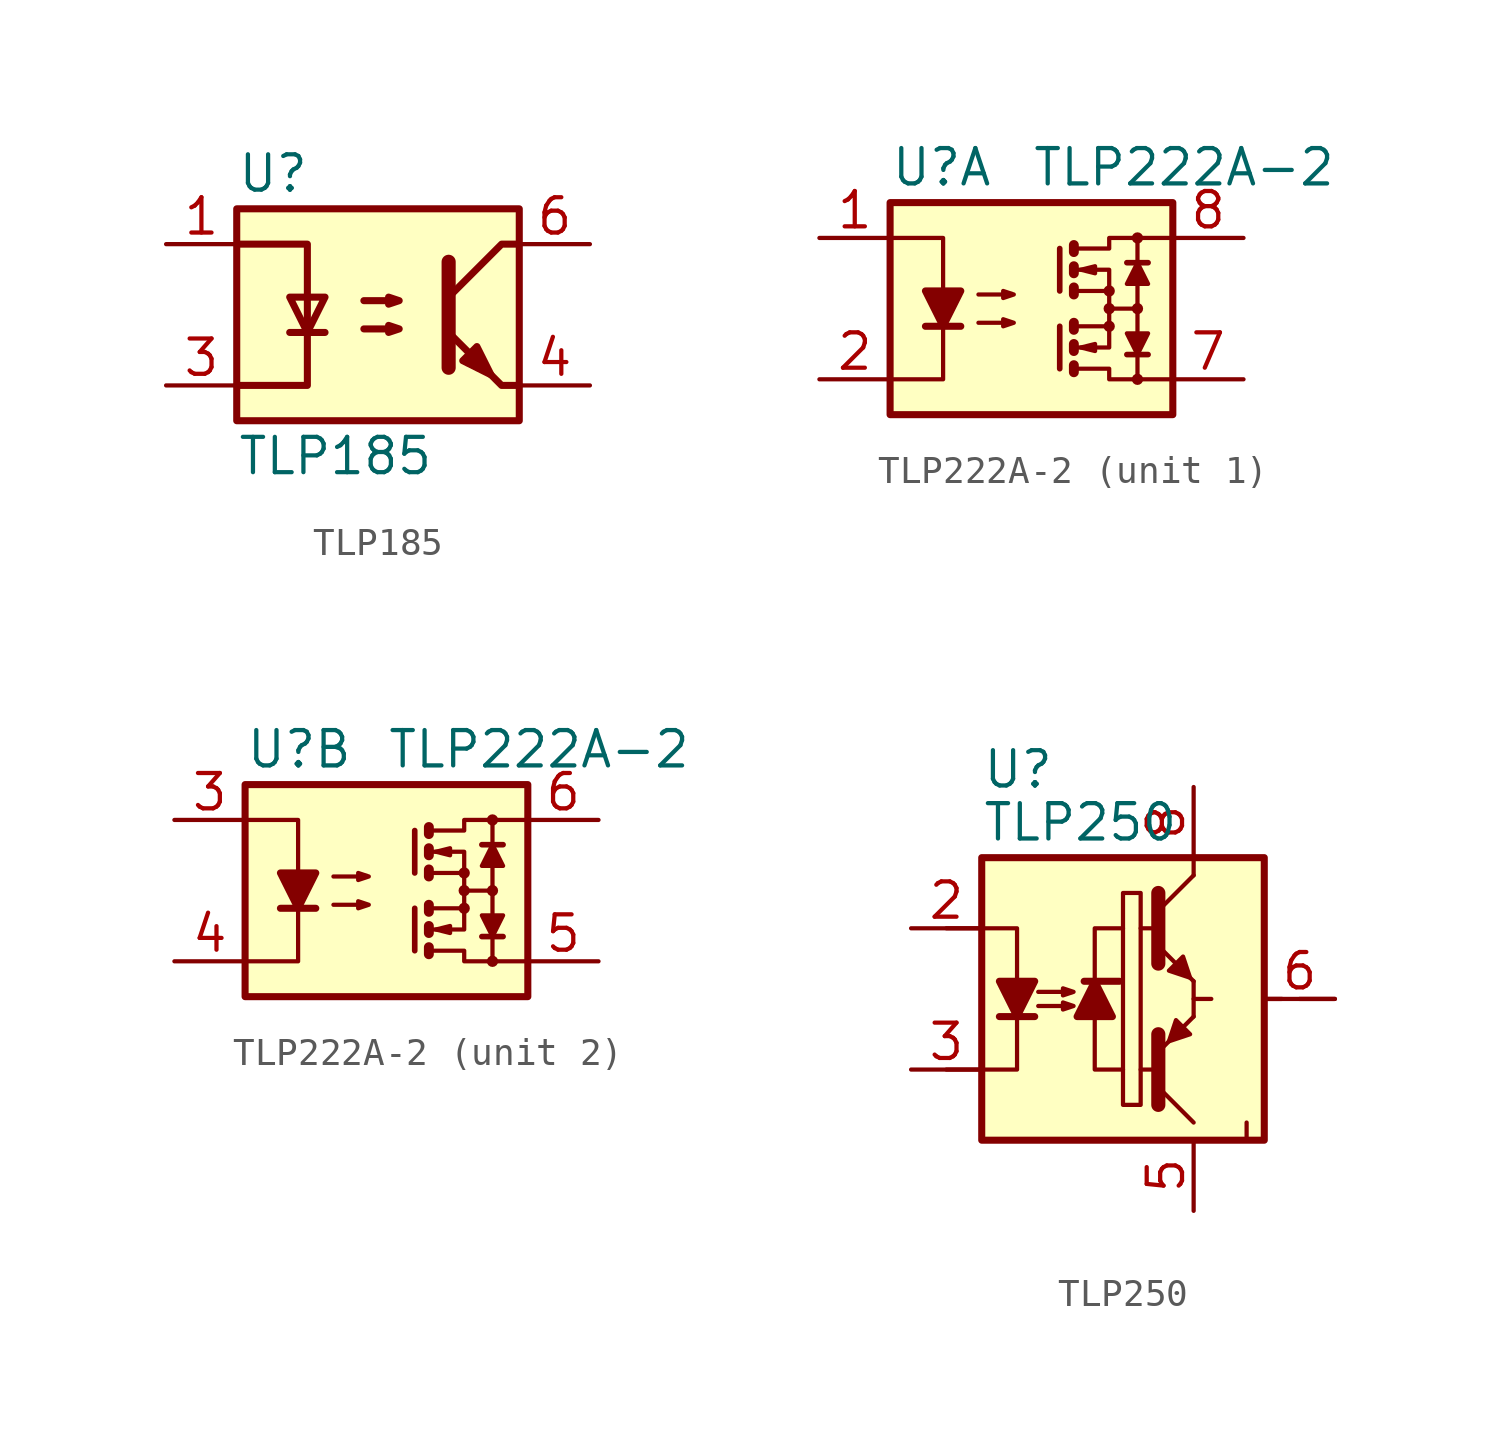
<source format=kicad_sym>
(kicad_symbol_lib
  (version 20211014)
  (generator kicad_symbol_editor)
  (symbol "TLP185"
    (pin_names
      (offset 1.016))
    (property "Reference" "U"
      (at -5.08 5.08 0)
      (effects (font (size 1.27 1.27)) (justify left)))
    (property "Value" "TLP185"
      (at -5.08 -5.08 0)
      (effects (font (size 1.27 1.27)) (justify left)))
    (symbol "TLP185_0_1"
      (rectangle (start -5.08 3.81) (end 5.08 -3.81) (stroke (width 0.254) (type default) (color 0 0 0 0)) (fill (type background)))
      (polyline (pts (xy -3.175 -0.635) (xy -1.905 -0.635)) (stroke (width 0.254) (type default) (color 0 0 0 0)) (fill (type none)))
      (polyline (pts (xy 2.54 1.905) (xy 2.54 -1.905) (xy 2.54 -1.905)) (stroke (width 0.508) (type default) (color 0 0 0 0)) (fill (type none)))
      (polyline (pts (xy 5.08 -2.54) (xy 4.445 -2.54) (xy 2.54 -0.635)) (stroke (width 0.254) (type default) (color 0 0 0 0)) (fill (type none)))
      (polyline (pts (xy 5.08 2.54) (xy 4.445 2.54) (xy 2.54 0.635)) (stroke (width 0.254) (type default) (color 0 0 0 0)) (fill (type none)))
      (polyline (pts (xy -5.08 -2.54) (xy -2.54 -2.54) (xy -2.54 2.54) (xy -5.08 2.54)) (stroke (width 0.254) (type default) (color 0 0 0 0)) (fill (type none)))
      (polyline (pts (xy -2.54 -0.635) (xy -3.175 0.635) (xy -1.905 0.635) (xy -2.54 -0.635)) (stroke (width 0.254) (type default) (color 0 0 0 0)) (fill (type none)))
      (polyline (pts (xy -0.508 -0.508) (xy 0.762 -0.508) (xy 0.381 -0.635) (xy 0.381 -0.381) (xy 0.762 -0.508)) (stroke (width 0.254) (type default) (color 0 0 0 0)) (fill (type none)))
      (polyline (pts (xy -0.508 0.508) (xy 0.762 0.508) (xy 0.381 0.381) (xy 0.381 0.635) (xy 0.762 0.508)) (stroke (width 0.254) (type default) (color 0 0 0 0)) (fill (type none)))
      (polyline (pts (xy 3.048 -1.651) (xy 3.556 -1.143) (xy 4.064 -2.159) (xy 3.048 -1.651) (xy 3.048 -1.651)) (stroke (width 0.254) (type default) (color 0 0 0 0)) (fill (type outline))))
    (symbol "TLP185_1_1"
      (pin passive line (at -7.62 2.54 0) (length 2.54) (name "~" (effects (font (size 1.27 1.27)))) (number "1" (effects (font (size 1.27 1.27)))))
      (pin passive line (at -7.62 -2.54 0) (length 2.54) (name "~" (effects (font (size 1.27 1.27)))) (number "3" (effects (font (size 1.27 1.27)))))
      (pin passive line (at 7.62 -2.54 180) (length 2.54) (name "~" (effects (font (size 1.27 1.27)))) (number "4" (effects (font (size 1.27 1.27)))))
      (pin passive line (at 7.62 2.54 180) (length 2.54) (name "~" (effects (font (size 1.27 1.27)))) (number "6" (effects (font (size 1.27 1.27)))))))
  (symbol "TLP222A-2"
    (pin_names
      (offset 1.016))
    (property "Reference" "U"
      (at -5.08 5.08 0)
      (effects (font (size 1.27 1.27)) (justify left)))
    (property "Value" "TLP222A-2"
      (at 0 5.08 0)
      (effects (font (size 1.27 1.27)) (justify left)))
    (symbol "TLP222A-2_0_1"
      (rectangle (start -5.08 3.81) (end 5.08 -3.81) (stroke (width 0.254) (type default) (color 0 0 0 0)) (fill (type background)))
      (polyline (pts (xy -3.81 -0.635) (xy -2.54 -0.635)) (stroke (width 0.254) (type default) (color 0 0 0 0)) (fill (type none)))
      (polyline (pts (xy 1.016 -0.635) (xy 1.016 -2.159)) (stroke (width 0.203) (type default) (color 0 0 0 0)) (fill (type none)))
      (polyline (pts (xy 1.016 2.159) (xy 1.016 0.635)) (stroke (width 0.203) (type default) (color 0 0 0 0)) (fill (type none)))
      (polyline (pts (xy 1.524 -0.508) (xy 1.524 -0.762)) (stroke (width 0.356) (type default) (color 0 0 0 0)) (fill (type none)))
      (polyline (pts (xy 2.794 0) (xy 3.81 0)) (stroke (width 0) (type default) (color 0 0 0 0)) (fill (type none)))
      (polyline (pts (xy 3.429 -1.651) (xy 4.191 -1.651)) (stroke (width 0.203) (type default) (color 0 0 0 0)) (fill (type none)))
      (polyline (pts (xy 3.429 1.651) (xy 4.191 1.651)) (stroke (width 0.203) (type default) (color 0 0 0 0)) (fill (type none)))
      (polyline (pts (xy 3.81 0) (xy 3.81 -2.54)) (stroke (width 0) (type default) (color 0 0 0 0)) (fill (type none)))
      (polyline (pts (xy 3.81 0) (xy 3.81 2.54)) (stroke (width 0) (type default) (color 0 0 0 0)) (fill (type none)))
      (polyline (pts (xy -5.08 2.54) (xy -3.175 2.54) (xy -3.175 0.635)) (stroke (width 0) (type default) (color 0 0 0 0)) (fill (type none)))
      (polyline (pts (xy -3.175 -0.635) (xy -3.175 -2.54) (xy -5.08 -2.54)) (stroke (width 0) (type default) (color 0 0 0 0)) (fill (type none)))
      (polyline (pts (xy 1.524 -2.032) (xy 1.524 -2.286) (xy 1.524 -2.286)) (stroke (width 0.356) (type default) (color 0 0 0 0)) (fill (type none)))
      (polyline (pts (xy 1.524 -1.27) (xy 1.524 -1.524) (xy 1.524 -1.524)) (stroke (width 0.356) (type default) (color 0 0 0 0)) (fill (type none)))
      (polyline (pts (xy 1.524 0.762) (xy 1.524 0.508) (xy 1.524 0.508)) (stroke (width 0.356) (type default) (color 0 0 0 0)) (fill (type none)))
      (polyline (pts (xy 1.524 1.524) (xy 1.524 1.27) (xy 1.524 1.27)) (stroke (width 0.356) (type default) (color 0 0 0 0)) (fill (type none)))
      (polyline (pts (xy 1.524 2.286) (xy 1.524 2.032) (xy 1.524 2.032)) (stroke (width 0.356) (type default) (color 0 0 0 0)) (fill (type none)))
      (polyline (pts (xy 1.651 -1.397) (xy 2.794 -1.397) (xy 2.794 -0.635)) (stroke (width 0) (type default) (color 0 0 0 0)) (fill (type none)))
      (polyline (pts (xy 1.651 1.397) (xy 2.794 1.397) (xy 2.794 0.635)) (stroke (width 0) (type default) (color 0 0 0 0)) (fill (type none)))
      (polyline (pts (xy -3.175 -0.635) (xy -3.81 0.635) (xy -2.54 0.635) (xy -3.175 -0.635)) (stroke (width 0.254) (type default) (color 0 0 0 0)) (fill (type outline)))
      (polyline (pts (xy 1.651 -2.159) (xy 2.794 -2.159) (xy 2.794 -2.54) (xy 5.08 -2.54)) (stroke (width 0) (type default) (color 0 0 0 0)) (fill (type none)))
      (polyline (pts (xy 1.651 -0.635) (xy 2.794 -0.635) (xy 2.794 0.635) (xy 1.651 0.635)) (stroke (width 0) (type default) (color 0 0 0 0)) (fill (type none)))
      (polyline (pts (xy 1.651 2.159) (xy 2.794 2.159) (xy 2.794 2.54) (xy 5.08 2.54)) (stroke (width 0) (type default) (color 0 0 0 0)) (fill (type none)))
      (polyline (pts (xy 1.778 -1.397) (xy 2.286 -1.27) (xy 2.286 -1.524) (xy 1.778 -1.397)) (stroke (width 0) (type default) (color 0 0 0 0)) (fill (type none)))
      (polyline (pts (xy 1.778 1.397) (xy 2.286 1.524) (xy 2.286 1.27) (xy 1.778 1.397)) (stroke (width 0) (type default) (color 0 0 0 0)) (fill (type none)))
      (polyline (pts (xy 3.81 -1.651) (xy 3.429 -0.889) (xy 4.191 -0.889) (xy 3.81 -1.651)) (stroke (width 0) (type default) (color 0 0 0 0)) (fill (type outline)))
      (polyline (pts (xy 3.81 1.651) (xy 3.429 0.889) (xy 4.191 0.889) (xy 3.81 1.651)) (stroke (width 0) (type default) (color 0 0 0 0)) (fill (type outline)))
      (polyline (pts (xy -1.905 -0.508) (xy -0.635 -0.508) (xy -1.016 -0.635) (xy -1.016 -0.381) (xy -0.635 -0.508)) (stroke (width 0) (type default) (color 0 0 0 0)) (fill (type none)))
      (polyline (pts (xy -1.905 0.508) (xy -0.635 0.508) (xy -1.016 0.381) (xy -1.016 0.635) (xy -0.635 0.508)) (stroke (width 0) (type default) (color 0 0 0 0)) (fill (type none)))
      (circle (center 2.794 -0.635) (radius 0.127) (stroke (width 0) (type default) (color 0 0 0 0)) (fill (type none)))
      (circle (center 2.794 0) (radius 0.127) (stroke (width 0) (type default) (color 0 0 0 0)) (fill (type none)))
      (circle (center 2.794 0.635) (radius 0.127) (stroke (width 0) (type default) (color 0 0 0 0)) (fill (type none)))
      (circle (center 3.81 -2.54) (radius 0.127) (stroke (width 0) (type default) (color 0 0 0 0)) (fill (type none)))
      (circle (center 3.81 0) (radius 0.127) (stroke (width 0) (type default) (color 0 0 0 0)) (fill (type none)))
      (circle (center 3.81 2.54) (radius 0.127) (stroke (width 0) (type default) (color 0 0 0 0)) (fill (type none))))
    (symbol "TLP222A-2_1_1"
      (pin passive line (at -7.62 2.54 0) (length 2.54) (name "~" (effects (font (size 1.27 1.27)))) (number "1" (effects (font (size 1.27 1.27)))))
      (pin passive line (at -7.62 -2.54 0) (length 2.54) (name "~" (effects (font (size 1.27 1.27)))) (number "2" (effects (font (size 1.27 1.27)))))
      (pin passive line (at 7.62 -2.54 180) (length 2.54) (name "~" (effects (font (size 1.27 1.27)))) (number "7" (effects (font (size 1.27 1.27)))))
      (pin passive line (at 7.62 2.54 180) (length 2.54) (name "~" (effects (font (size 1.27 1.27)))) (number "8" (effects (font (size 1.27 1.27))))))
    (symbol "TLP222A-2_2_1"
      (pin passive line (at -7.62 2.54 0) (length 2.54) (name "~" (effects (font (size 1.27 1.27)))) (number "3" (effects (font (size 1.27 1.27)))))
      (pin passive line (at -7.62 -2.54 0) (length 2.54) (name "~" (effects (font (size 1.27 1.27)))) (number "4" (effects (font (size 1.27 1.27)))))
      (pin passive line (at 7.62 -2.54 180) (length 2.54) (name "~" (effects (font (size 1.27 1.27)))) (number "5" (effects (font (size 1.27 1.27)))))
      (pin passive line (at 7.62 2.54 180) (length 2.54) (name "~" (effects (font (size 1.27 1.27)))) (number "6" (effects (font (size 1.27 1.27)))))))
  (symbol "TLP250"
    (pin_names
      (offset 0) hide)
    (property "Reference" "U"
      (at -7.62 8.255 0)
      (effects (font (size 1.27 1.27)) (justify left)))
    (property "Value" "TLP250"
      (at -7.62 6.35 0)
      (effects (font (size 1.27 1.27)) (justify left)))
    (symbol "TLP250_0_1"
      (rectangle (start -7.62 5.08) (end 2.54 -5.08) (stroke (width 0.254) (type default) (color 0 0 0 0)) (fill (type background)))
      (polyline (pts (xy -6.985 -0.635) (xy -5.715 -0.635)) (stroke (width 0.254) (type default) (color 0 0 0 0)) (fill (type none)))
      (polyline (pts (xy -2.667 0.635) (xy -3.937 0.635)) (stroke (width 0.254) (type default) (color 0 0 0 0)) (fill (type none)))
      (polyline (pts (xy -1.27 -3.175) (xy 0 -4.445)) (stroke (width 0) (type default) (color 0 0 0 0)) (fill (type none)))
      (polyline (pts (xy -1.27 -2.54) (xy -1.905 -2.54)) (stroke (width 0) (type default) (color 0 0 0 0)) (fill (type none)))
      (polyline (pts (xy -1.27 2.54) (xy -1.905 2.54)) (stroke (width 0) (type default) (color 0 0 0 0)) (fill (type none)))
      (polyline (pts (xy -1.27 3.175) (xy 0 4.445)) (stroke (width 0) (type default) (color 0 0 0 0)) (fill (type none)))
      (polyline (pts (xy 0 -0.635) (xy -1.27 -1.905)) (stroke (width 0) (type default) (color 0 0 0 0)) (fill (type none)))
      (polyline (pts (xy 0 -0.635) (xy 0 0.635)) (stroke (width 0) (type default) (color 0 0 0 0)) (fill (type none)))
      (polyline (pts (xy 0 0) (xy 0.635 0)) (stroke (width 0) (type default) (color 0 0 0 0)) (fill (type none)))
      (polyline (pts (xy 0 0.635) (xy -1.27 1.905)) (stroke (width 0) (type default) (color 0 0 0 0)) (fill (type none)))
      (polyline (pts (xy 0 4.445) (xy 0 5.08)) (stroke (width 0) (type default) (color 0 0 0 0)) (fill (type none)))
      (polyline (pts (xy 1.905 -4.445) (xy 1.905 -5.08)) (stroke (width 0) (type default) (color 0 0 0 0)) (fill (type none)))
      (polyline (pts (xy 2.54 -4.445) (xy 2.54 -5.08)) (stroke (width 0) (type default) (color 0 0 0 0)) (fill (type none)))
      (polyline (pts (xy 3.175 0) (xy 2.54 0)) (stroke (width 0) (type default) (color 0 0 0 0)) (fill (type none)))
      (polyline (pts (xy 3.81 0) (xy 5.08 0)) (stroke (width 0) (type default) (color 0 0 0 0)) (fill (type none)))
      (polyline (pts (xy -8.89 2.54) (xy -6.35 2.54) (xy -6.35 0.635)) (stroke (width 0) (type default) (color 0 0 0 0)) (fill (type none)))
      (polyline (pts (xy -6.35 -0.635) (xy -6.35 -2.54) (xy -8.89 -2.54)) (stroke (width 0) (type default) (color 0 0 0 0)) (fill (type none)))
      (polyline (pts (xy -3.556 -0.635) (xy -3.556 -2.54) (xy -2.54 -2.54)) (stroke (width 0) (type default) (color 0 0 0 0)) (fill (type none)))
      (polyline (pts (xy -3.556 0.635) (xy -3.556 2.54) (xy -2.54 2.54)) (stroke (width 0) (type default) (color 0 0 0 0)) (fill (type none)))
      (polyline (pts (xy -1.27 -3.81) (xy -1.27 -1.27) (xy -1.27 -1.27)) (stroke (width 0.508) (type default) (color 0 0 0 0)) (fill (type none)))
      (polyline (pts (xy -1.27 3.81) (xy -1.27 1.27) (xy -1.27 1.27)) (stroke (width 0.508) (type default) (color 0 0 0 0)) (fill (type none)))
      (polyline (pts (xy -6.35 -0.635) (xy -6.985 0.635) (xy -5.715 0.635) (xy -6.35 -0.635)) (stroke (width 0.254) (type default) (color 0 0 0 0)) (fill (type outline)))
      (polyline (pts (xy -3.556 0.635) (xy -2.921 -0.635) (xy -4.191 -0.635) (xy -3.556 0.635)) (stroke (width 0.254) (type default) (color 0 0 0 0)) (fill (type outline)))
      (polyline (pts (xy -5.588 -0.254) (xy -4.318 -0.254) (xy -4.699 -0.381) (xy -4.699 -0.127) (xy -4.318 -0.254)) (stroke (width 0) (type default) (color 0 0 0 0)) (fill (type none)))
      (polyline (pts (xy -5.588 0.254) (xy -4.318 0.254) (xy -4.699 0.127) (xy -4.699 0.381) (xy -4.318 0.254)) (stroke (width 0) (type default) (color 0 0 0 0)) (fill (type none)))
      (polyline (pts (xy -1.905 3.81) (xy -1.905 -3.81) (xy -2.54 -3.81) (xy -2.54 3.81) (xy -1.905 3.81)) (stroke (width 0) (type default) (color 0 0 0 0)) (fill (type none)))
      (polyline (pts (xy -0.889 1.016) (xy -0.381 1.524) (xy -0.127 0.762) (xy -0.889 1.016) (xy -0.889 1.016)) (stroke (width 0) (type default) (color 0 0 0 0)) (fill (type outline)))
      (polyline (pts (xy -0.127 -1.27) (xy -0.635 -0.762) (xy -0.889 -1.524) (xy -0.127 -1.27) (xy -0.127 -1.27)) (stroke (width 0) (type default) (color 0 0 0 0)) (fill (type outline))))
    (symbol "TLP250_1_1"
      (pin no_connect line (at -10.16 0 0) (length 2.54) hide (name "NC" (effects (font (size 1.27 1.27)))) (number "1" (effects (font (size 1.27 1.27)))))
      (pin passive line (at -10.16 2.54 0) (length 2.54) (name "A" (effects (font (size 1.27 1.27)))) (number "2" (effects (font (size 1.27 1.27)))))
      (pin passive line (at -10.16 -2.54 0) (length 2.54) (name "C" (effects (font (size 1.27 1.27)))) (number "3" (effects (font (size 1.27 1.27)))))
      (pin no_connect line (at 5.08 -2.54 180) (length 2.54) hide (name "NC" (effects (font (size 1.27 1.27)))) (number "4" (effects (font (size 1.27 1.27)))))
      (pin power_out line (at 0 -7.62 90) (length 2.54) (name "VEE" (effects (font (size 1.27 1.27)))) (number "5" (effects (font (size 1.27 1.27)))))
      (pin passive line (at 5.08 0 180) (length 2.54) (name "VO" (effects (font (size 1.27 1.27)))) (number "6" (effects (font (size 1.27 1.27)))))
      (pin passive line (at 5.08 0 180) (length 2.54) hide (name "VO" (effects (font (size 1.27 1.27)))) (number "7" (effects (font (size 1.27 1.27)))))
      (pin power_in line (at 0 7.62 270) (length 2.54) (name "VCC" (effects (font (size 1.27 1.27)))) (number "8" (effects (font (size 1.27 1.27))))))))
</source>
